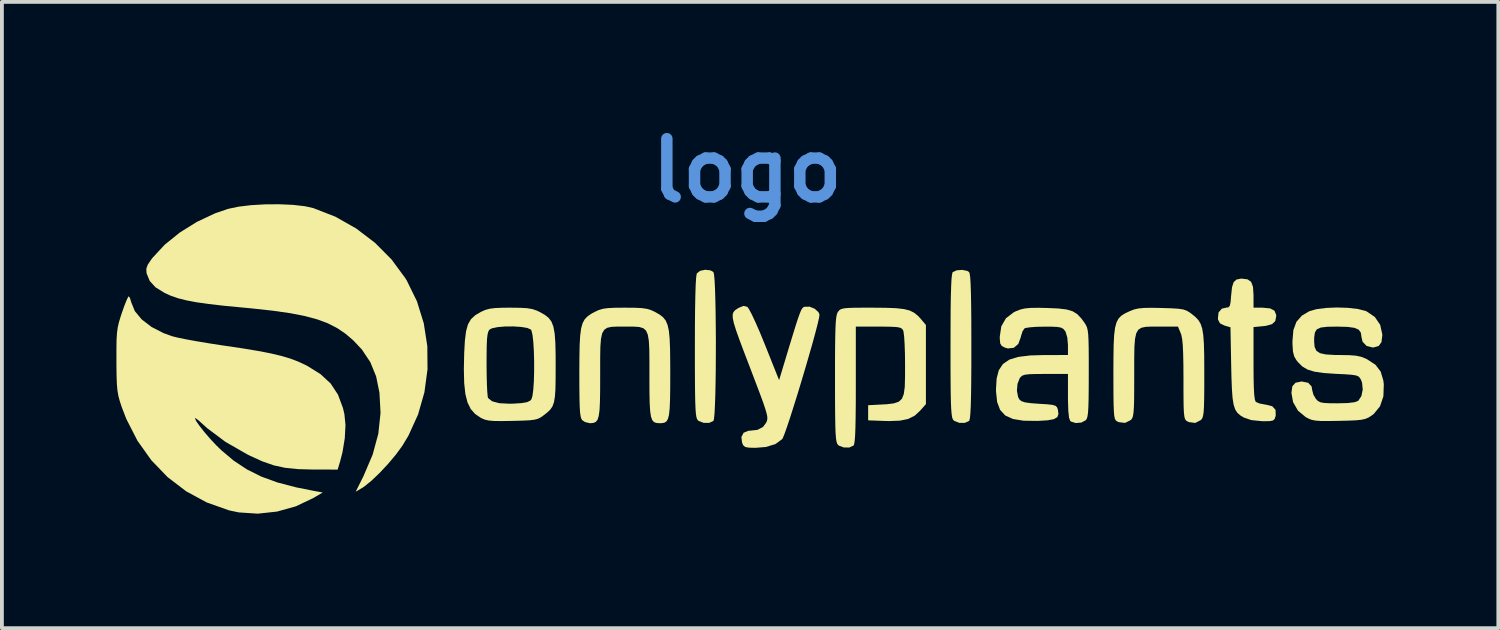
<source format=kicad_pcb>
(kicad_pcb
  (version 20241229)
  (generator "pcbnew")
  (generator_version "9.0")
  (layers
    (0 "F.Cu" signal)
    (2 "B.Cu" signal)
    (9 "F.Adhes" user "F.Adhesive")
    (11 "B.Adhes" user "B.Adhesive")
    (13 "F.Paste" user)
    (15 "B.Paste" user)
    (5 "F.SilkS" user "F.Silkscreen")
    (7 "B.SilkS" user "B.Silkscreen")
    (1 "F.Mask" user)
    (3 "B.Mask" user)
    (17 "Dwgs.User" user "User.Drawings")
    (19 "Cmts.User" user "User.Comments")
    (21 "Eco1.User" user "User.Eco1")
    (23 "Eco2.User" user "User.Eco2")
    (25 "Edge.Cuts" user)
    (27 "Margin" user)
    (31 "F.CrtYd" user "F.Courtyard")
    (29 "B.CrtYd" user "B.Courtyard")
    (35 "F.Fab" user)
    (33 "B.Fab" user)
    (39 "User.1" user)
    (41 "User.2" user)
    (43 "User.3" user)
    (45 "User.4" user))
  (footprint "logo"
    (layer "F.Cu")
    (at 16.74 6.498)
    (property "Reference" "logo" (at -0.217 -5.08 0) (layer "Cmts.User") (effects (font (size 1.524 1.524) (thickness 0.3))))
    (attr board_only exclude_from_pos_files exclude_from_bom)
    (fp_poly (pts (xy -1.181 -2.466) (xy -1.101 -2.421) (xy -1.085 -2.356) (xy -1.071 -2.206) (xy -1.06 -1.983) (xy -1.051 -1.701) (xy -1.044 -1.373) (xy -1.04 -1.013) (xy -1.037 -0.634) (xy -1.038 -0.249) (xy -1.04 0.128) (xy -1.045 0.484) (xy -1.052 0.806) (xy -1.062 1.079) (xy -1.073 1.292) (xy -1.088 1.43) (xy -1.101 1.478) (xy -1.212 1.53) (xy -1.357 1.529) (xy -1.485 1.48) (xy -1.51 1.46) (xy -1.53 1.429) (xy -1.547 1.377) (xy -1.56 1.292) (xy -1.57 1.166) (xy -1.577 0.989) (xy -1.582 0.752) (xy -1.585 0.445) (xy -1.587 0.058) (xy -1.587 -0.418) (xy -1.587 -0.453) (xy -1.586 -0.981) (xy -1.582 -1.431) (xy -1.575 -1.8) (xy -1.566 -2.083) (xy -1.554 -2.277) (xy -1.539 -2.376) (xy -1.536 -2.385) (xy -1.451 -2.453) (xy -1.318 -2.481)) (stroke (width 0) (type solid)) (fill yes) (layer "F.SilkS"))
    (fp_poly (pts (xy 5.546 -2.452) (xy 5.596 -2.421) (xy 5.612 -2.377) (xy 5.626 -2.276) (xy 5.636 -2.111) (xy 5.644 -1.876) (xy 5.65 -1.565) (xy 5.654 -1.17) (xy 5.655 -0.685) (xy 5.655 -0.471) (xy 5.655 0.05) (xy 5.652 0.479) (xy 5.647 0.822) (xy 5.64 1.086) (xy 5.63 1.277) (xy 5.618 1.402) (xy 5.603 1.468) (xy 5.596 1.478) (xy 5.485 1.53) (xy 5.34 1.529) (xy 5.212 1.48) (xy 5.188 1.46) (xy 5.167 1.43) (xy 5.151 1.377) (xy 5.138 1.293) (xy 5.128 1.168) (xy 5.12 0.993) (xy 5.115 0.758) (xy 5.112 0.453) (xy 5.11 0.069) (xy 5.11 -0.402) (xy 5.11 -0.49) (xy 5.111 -1.009) (xy 5.113 -1.435) (xy 5.118 -1.776) (xy 5.126 -2.037) (xy 5.135 -2.226) (xy 5.148 -2.348) (xy 5.163 -2.412) (xy 5.169 -2.421) (xy 5.272 -2.467) (xy 5.414 -2.478)) (stroke (width 0) (type solid)) (fill yes) (layer "F.SilkS"))
    (fp_poly (pts (xy 12.892 -2.23) (xy 12.985 -2.164) (xy 13.033 -2.033) (xy 13.047 -1.823) (xy 13.047 -1.805) (xy 13.047 -1.488) (xy 13.285 -1.488) (xy 13.482 -1.469) (xy 13.597 -1.408) (xy 13.641 -1.297) (xy 13.642 -1.268) (xy 13.617 -1.137) (xy 13.533 -1.057) (xy 13.375 -1.013) (xy 13.301 -1.004) (xy 13.047 -0.98) (xy 13.047 -0.025) (xy 13.049 0.335) (xy 13.055 0.606) (xy 13.066 0.796) (xy 13.082 0.917) (xy 13.104 0.977) (xy 13.11 0.982) (xy 13.198 1.02) (xy 13.335 1.047) (xy 13.365 1.051) (xy 13.537 1.094) (xy 13.624 1.188) (xy 13.629 1.336) (xy 13.624 1.357) (xy 13.599 1.429) (xy 13.555 1.468) (xy 13.464 1.484) (xy 13.302 1.486) (xy 13.282 1.486) (xy 12.99 1.457) (xy 12.797 1.391) (xy 12.698 1.332) (xy 12.623 1.265) (xy 12.566 1.176) (xy 12.526 1.052) (xy 12.498 0.879) (xy 12.481 0.644) (xy 12.469 0.334) (xy 12.462 0.021) (xy 12.443 -0.974) (xy 12.286 -1.02) (xy 12.168 -1.078) (xy 12.118 -1.175) (xy 12.114 -1.206) (xy 12.131 -1.364) (xy 12.218 -1.463) (xy 12.328 -1.488) (xy 12.389 -1.497) (xy 12.426 -1.538) (xy 12.446 -1.632) (xy 12.46 -1.803) (xy 12.461 -1.811) (xy 12.484 -2.025) (xy 12.527 -2.157) (xy 12.602 -2.226) (xy 12.719 -2.249) (xy 12.745 -2.249)) (stroke (width 0) (type solid)) (fill yes) (layer "F.SilkS"))
    (fp_poly (pts (xy -12.107 -4.181) (xy -11.797 -4.145) (xy -11.584 -4.097) (xy -11.006 -3.872) (xy -10.461 -3.564) (xy -9.965 -3.186) (xy -9.531 -2.749) (xy -9.173 -2.262) (xy -9.135 -2.201) (xy -8.868 -1.656) (xy -8.689 -1.079) (xy -8.596 -0.48) (xy -8.591 0.126) (xy -8.672 0.728) (xy -8.839 1.312) (xy -9.092 1.867) (xy -9.256 2.138) (xy -9.423 2.365) (xy -9.625 2.605) (xy -9.843 2.838) (xy -10.055 3.041) (xy -10.242 3.193) (xy -10.316 3.241) (xy -10.473 3.333) (xy -10.272 2.933) (xy -10.029 2.364) (xy -9.879 1.812) (xy -9.823 1.282) (xy -9.823 1.237) (xy -9.85 0.74) (xy -9.937 0.312) (xy -10.089 -0.061) (xy -10.31 -0.392) (xy -10.536 -0.632) (xy -10.74 -0.806) (xy -10.957 -0.953) (xy -11.199 -1.077) (xy -11.477 -1.181) (xy -11.803 -1.269) (xy -12.189 -1.344) (xy -12.646 -1.409) (xy -13.185 -1.468) (xy -13.435 -1.492) (xy -13.92 -1.538) (xy -14.319 -1.584) (xy -14.646 -1.63) (xy -14.912 -1.681) (xy -15.132 -1.737) (xy -15.319 -1.802) (xy -15.476 -1.873) (xy -15.715 -2.021) (xy -15.868 -2.188) (xy -15.949 -2.387) (xy -15.952 -2.406) (xy -15.957 -2.509) (xy -15.919 -2.615) (xy -15.826 -2.753) (xy -15.794 -2.795) (xy -15.474 -3.139) (xy -15.078 -3.458) (xy -14.63 -3.737) (xy -14.153 -3.961) (xy -13.813 -4.077) (xy -13.542 -4.134) (xy -13.209 -4.174) (xy -12.84 -4.195) (xy -12.464 -4.197)) (stroke (width 0) (type solid)) (fill yes) (layer "F.SilkS"))
    (fp_poly (pts (xy -0.217 -1.511) (xy -0.211 -1.508) (xy -0.167 -1.446) (xy -0.094 -1.307) (xy 0.000354 -1.106) (xy 0.11 -0.856) (xy 0.226 -0.573) (xy 0.247 -0.522) (xy 0.619 0.41) (xy 0.76 -0.056) (xy 0.882 -0.461) (xy 0.98 -0.781) (xy 1.056 -1.027) (xy 1.115 -1.208) (xy 1.161 -1.336) (xy 1.196 -1.419) (xy 1.225 -1.469) (xy 1.251 -1.496) (xy 1.278 -1.509) (xy 1.29 -1.513) (xy 1.42 -1.514) (xy 1.554 -1.459) (xy 1.652 -1.368) (xy 1.677 -1.306) (xy 1.667 -1.228) (xy 1.631 -1.07) (xy 1.573 -0.845) (xy 1.498 -0.569) (xy 1.408 -0.255) (xy 1.31 0.084) (xy 1.206 0.432) (xy 1.102 0.775) (xy 1 1.1) (xy 0.907 1.393) (xy 0.825 1.638) (xy 0.759 1.823) (xy 0.714 1.933) (xy 0.701 1.954) (xy 0.526 2.083) (xy 0.275 2.161) (xy 0.000365 2.183) (xy -0.168 2.179) (xy -0.265 2.162) (xy -0.318 2.12) (xy -0.349 2.056) (xy -0.369 1.902) (xy -0.311 1.789) (xy -0.187 1.737) (xy -0.159 1.736) (xy 0.054 1.712) (xy 0.198 1.636) (xy 0.279 1.527) (xy 0.3 1.481) (xy 0.311 1.432) (xy 0.31 1.369) (xy 0.292 1.28) (xy 0.255 1.154) (xy 0.196 0.98) (xy 0.11 0.747) (xy -0.005 0.444) (xy -0.151 0.06) (xy -0.303 -0.336) (xy -0.421 -0.651) (xy -0.508 -0.895) (xy -0.565 -1.078) (xy -0.594 -1.212) (xy -0.597 -1.307) (xy -0.576 -1.373) (xy -0.533 -1.422) (xy -0.47 -1.465) (xy -0.43 -1.488) (xy -0.311 -1.535)) (stroke (width 0) (type solid)) (fill yes) (layer "F.SilkS"))
    (fp_poly (pts (xy 3.41 -1.485) (xy 3.681 -1.475) (xy 3.886 -1.452) (xy 4.039 -1.414) (xy 4.156 -1.356) (xy 4.255 -1.276) (xy 4.331 -1.194) (xy 4.465 -1.034) (xy 4.465 1.038) (xy 4.311 1.213) (xy 4.17 1.342) (xy 4.002 1.426) (xy 3.786 1.471) (xy 3.503 1.482) (xy 3.373 1.479) (xy 2.952 1.463) (xy 2.952 1.067) (xy 3.2 1.054) (xy 3.443 1.041) (xy 3.624 1.019) (xy 3.752 0.976) (xy 3.837 0.898) (xy 3.886 0.773) (xy 3.911 0.587) (xy 3.918 0.326) (xy 3.919 0.018) (xy 3.916 -0.28) (xy 3.907 -0.538) (xy 3.894 -0.739) (xy 3.877 -0.866) (xy 3.868 -0.896) (xy 3.837 -0.937) (xy 3.785 -0.965) (xy 3.694 -0.981) (xy 3.546 -0.989) (xy 3.323 -0.992) (xy 3.223 -0.992) (xy 2.629 -0.992) (xy 2.629 0.536) (xy 2.628 1.004) (xy 2.624 1.381) (xy 2.618 1.672) (xy 2.609 1.886) (xy 2.596 2.028) (xy 2.58 2.106) (xy 2.57 2.123) (xy 2.459 2.175) (xy 2.314 2.174) (xy 2.186 2.125) (xy 2.162 2.105) (xy 2.14 2.073) (xy 2.123 2.018) (xy 2.109 1.929) (xy 2.099 1.798) (xy 2.092 1.613) (xy 2.088 1.364) (xy 2.085 1.042) (xy 2.084 0.636) (xy 2.084 0.38) (xy 2.084 -0.078) (xy 2.086 -0.447) (xy 2.09 -0.737) (xy 2.096 -0.959) (xy 2.105 -1.122) (xy 2.117 -1.237) (xy 2.133 -1.315) (xy 2.152 -1.365) (xy 2.161 -1.378) (xy 2.194 -1.419) (xy 2.236 -1.448) (xy 2.304 -1.468) (xy 2.413 -1.48) (xy 2.579 -1.486) (xy 2.816 -1.488) (xy 3.055 -1.488)) (stroke (width 0) (type solid)) (fill yes) (layer "F.SilkS"))
    (fp_poly (pts (xy -3.162 -1.486) (xy -2.977 -1.477) (xy -2.842 -1.457) (xy -2.733 -1.424) (xy -2.63 -1.375) (xy -2.513 -1.309) (xy -2.422 -1.239) (xy -2.353 -1.153) (xy -2.303 -1.039) (xy -2.269 -0.884) (xy -2.248 -0.676) (xy -2.237 -0.401) (xy -2.233 -0.048) (xy -2.232 0.231) (xy -2.233 0.625) (xy -2.238 0.931) (xy -2.248 1.159) (xy -2.266 1.322) (xy -2.294 1.43) (xy -2.335 1.495) (xy -2.391 1.527) (xy -2.464 1.537) (xy -2.505 1.538) (xy -2.59 1.533) (xy -2.655 1.511) (xy -2.703 1.459) (xy -2.736 1.368) (xy -2.758 1.224) (xy -2.771 1.018) (xy -2.777 0.737) (xy -2.778 0.369) (xy -2.778 0.305) (xy -2.778 -0.087) (xy -2.781 -0.391) (xy -2.793 -0.618) (xy -2.82 -0.78) (xy -2.866 -0.887) (xy -2.938 -0.95) (xy -3.042 -0.982) (xy -3.181 -0.992) (xy -3.363 -0.992) (xy -3.423 -0.992) (xy -3.618 -0.993) (xy -3.769 -0.986) (xy -3.882 -0.962) (xy -3.962 -0.908) (xy -4.016 -0.815) (xy -4.047 -0.67) (xy -4.063 -0.462) (xy -4.068 -0.181) (xy -4.068 0.185) (xy -4.068 0.305) (xy -4.069 0.686) (xy -4.074 0.98) (xy -4.085 1.197) (xy -4.106 1.349) (xy -4.137 1.448) (xy -4.183 1.505) (xy -4.245 1.531) (xy -4.327 1.538) (xy -4.341 1.538) (xy -4.468 1.506) (xy -4.536 1.46) (xy -4.561 1.422) (xy -4.58 1.357) (xy -4.595 1.254) (xy -4.604 1.1) (xy -4.61 0.882) (xy -4.613 0.589) (xy -4.614 0.231) (xy -4.612 -0.18) (xy -4.606 -0.504) (xy -4.592 -0.754) (xy -4.567 -0.943) (xy -4.528 -1.083) (xy -4.472 -1.185) (xy -4.395 -1.264) (xy -4.296 -1.332) (xy -4.216 -1.375) (xy -4.11 -1.425) (xy -4.001 -1.458) (xy -3.865 -1.477) (xy -3.678 -1.486) (xy -3.423 -1.488)) (stroke (width 0) (type solid)) (fill yes) (layer "F.SilkS"))
    (fp_poly (pts (xy 10.637 -1.48) (xy 10.894 -1.472) (xy 11.074 -1.461) (xy 11.198 -1.443) (xy 11.289 -1.413) (xy 11.367 -1.368) (xy 11.432 -1.321) (xy 11.53 -1.24) (xy 11.606 -1.158) (xy 11.663 -1.061) (xy 11.704 -0.935) (xy 11.731 -0.767) (xy 11.747 -0.545) (xy 11.755 -0.254) (xy 11.757 0.118) (xy 11.757 0.264) (xy 11.757 0.626) (xy 11.754 0.902) (xy 11.749 1.105) (xy 11.74 1.248) (xy 11.726 1.343) (xy 11.706 1.404) (xy 11.68 1.443) (xy 11.667 1.456) (xy 11.521 1.531) (xy 11.358 1.51) (xy 11.308 1.487) (xy 11.276 1.464) (xy 11.252 1.426) (xy 11.235 1.361) (xy 11.223 1.254) (xy 11.216 1.093) (xy 11.213 0.864) (xy 11.212 0.555) (xy 11.212 0.394) (xy 11.21 0.012) (xy 11.204 -0.284) (xy 11.194 -0.505) (xy 11.178 -0.664) (xy 11.156 -0.775) (xy 11.14 -0.82) (xy 11.068 -0.992) (xy 10.572 -0.992) (xy 10.375 -0.993) (xy 10.223 -0.986) (xy 10.109 -0.962) (xy 10.028 -0.909) (xy 9.974 -0.815) (xy 9.943 -0.67) (xy 9.927 -0.463) (xy 9.922 -0.181) (xy 9.922 0.185) (xy 9.922 0.301) (xy 9.921 0.657) (xy 9.919 0.927) (xy 9.913 1.124) (xy 9.903 1.261) (xy 9.889 1.352) (xy 9.868 1.41) (xy 9.84 1.448) (xy 9.831 1.456) (xy 9.683 1.53) (xy 9.517 1.511) (xy 9.463 1.484) (xy 9.436 1.461) (xy 9.415 1.419) (xy 9.399 1.345) (xy 9.389 1.229) (xy 9.382 1.058) (xy 9.378 0.82) (xy 9.377 0.503) (xy 9.376 0.233) (xy 9.378 -0.184) (xy 9.383 -0.514) (xy 9.396 -0.769) (xy 9.42 -0.961) (xy 9.458 -1.102) (xy 9.512 -1.204) (xy 9.587 -1.28) (xy 9.685 -1.341) (xy 9.803 -1.396) (xy 9.914 -1.44) (xy 10.03 -1.467) (xy 10.175 -1.481) (xy 10.371 -1.485)) (stroke (width 0) (type solid)) (fill yes) (layer "F.SilkS"))
    (fp_poly (pts (xy -16.386 -1.743) (xy -16.354 -1.639) (xy -16.352 -1.629) (xy -16.258 -1.398) (xy -16.077 -1.18) (xy -15.822 -0.984) (xy -15.505 -0.821) (xy -15.287 -0.742) (xy -15.141 -0.705) (xy -14.917 -0.659) (xy -14.636 -0.608) (xy -14.318 -0.555) (xy -13.984 -0.503) (xy -13.923 -0.494) (xy -13.435 -0.422) (xy -13.033 -0.355) (xy -12.701 -0.291) (xy -12.426 -0.226) (xy -12.193 -0.157) (xy -11.988 -0.08) (xy -11.798 0.008) (xy -11.744 0.035) (xy -11.393 0.253) (xy -11.128 0.499) (xy -10.937 0.789) (xy -10.806 1.14) (xy -10.768 1.3) (xy -10.74 1.587) (xy -10.758 1.93) (xy -10.818 2.298) (xy -10.878 2.53) (xy -10.944 2.753) (xy -11.586 2.752) (xy -11.986 2.741) (xy -12.32 2.707) (xy -12.619 2.642) (xy -12.917 2.538) (xy -13.244 2.389) (xy -13.32 2.351) (xy -13.884 2.027) (xy -14.362 1.669) (xy -14.498 1.546) (xy -14.602 1.453) (xy -14.67 1.406) (xy -14.684 1.406) (xy -14.652 1.481) (xy -14.565 1.607) (xy -14.439 1.767) (xy -14.289 1.942) (xy -14.13 2.112) (xy -13.996 2.243) (xy -13.668 2.519) (xy -13.324 2.747) (xy -12.949 2.935) (xy -12.524 3.09) (xy -12.031 3.219) (xy -11.559 3.313) (xy -11.336 3.353) (xy -11.578 3.496) (xy -12.039 3.715) (xy -12.532 3.853) (xy -13.037 3.908) (xy -13.533 3.875) (xy -13.791 3.821) (xy -14.375 3.614) (xy -14.913 3.322) (xy -15.399 2.951) (xy -15.827 2.507) (xy -16.19 1.996) (xy -16.482 1.425) (xy -16.601 1.116) (xy -16.652 0.96) (xy -16.689 0.823) (xy -16.713 0.683) (xy -16.728 0.519) (xy -16.736 0.307) (xy -16.74 0.027) (xy -16.74 -0.099) (xy -16.74 -0.408) (xy -16.737 -0.64) (xy -16.726 -0.818) (xy -16.707 -0.965) (xy -16.676 -1.102) (xy -16.631 -1.252) (xy -16.598 -1.352) (xy -16.531 -1.541) (xy -16.472 -1.689) (xy -16.43 -1.774) (xy -16.418 -1.786)) (stroke (width 0) (type solid)) (fill yes) (layer "F.SilkS"))
    (fp_poly (pts (xy -6.168 -1.485) (xy -5.984 -1.475) (xy -5.848 -1.452) (xy -5.734 -1.414) (xy -5.655 -1.377) (xy -5.521 -1.302) (xy -5.419 -1.222) (xy -5.344 -1.123) (xy -5.293 -0.99) (xy -5.26 -0.81) (xy -5.242 -0.569) (xy -5.235 -0.252) (xy -5.234 0.025) (xy -5.235 0.377) (xy -5.24 0.646) (xy -5.254 0.846) (xy -5.279 0.992) (xy -5.319 1.1) (xy -5.377 1.184) (xy -5.459 1.261) (xy -5.54 1.325) (xy -5.619 1.382) (xy -5.695 1.421) (xy -5.789 1.446) (xy -5.92 1.462) (xy -6.11 1.471) (xy -6.371 1.478) (xy -6.647 1.482) (xy -6.845 1.48) (xy -6.986 1.468) (xy -7.089 1.445) (xy -7.175 1.408) (xy -7.193 1.399) (xy -7.343 1.297) (xy -7.458 1.168) (xy -7.542 0.997) (xy -7.599 0.775) (xy -7.63 0.489) (xy -7.639 0.128) (xy -7.636 -0.009) (xy -7.044 -0.009) (xy -7.041 0.271) (xy -7.035 0.517) (xy -7.026 0.713) (xy -7.014 0.84) (xy -7.005 0.878) (xy -6.899 0.964) (xy -6.713 1.014) (xy -6.439 1.028) (xy -6.33 1.025) (xy -6.118 1.011) (xy -5.983 0.987) (xy -5.903 0.949) (xy -5.871 0.916) (xy -5.842 0.826) (xy -5.82 0.66) (xy -5.805 0.438) (xy -5.798 0.182) (xy -5.798 -0.087) (xy -5.805 -0.35) (xy -5.819 -0.585) (xy -5.84 -0.771) (xy -5.868 -0.889) (xy -5.882 -0.914) (xy -5.976 -0.957) (xy -6.139 -0.984) (xy -6.342 -0.997) (xy -6.557 -0.996) (xy -6.753 -0.979) (xy -6.902 -0.948) (xy -6.967 -0.914) (xy -6.996 -0.869) (xy -7.017 -0.793) (xy -7.032 -0.671) (xy -7.04 -0.489) (xy -7.043 -0.233) (xy -7.044 -0.009) (xy -7.636 -0.009) (xy -7.63 -0.297) (xy -7.612 -0.625) (xy -7.581 -0.872) (xy -7.53 -1.054) (xy -7.452 -1.187) (xy -7.341 -1.29) (xy -7.194 -1.377) (xy -7.08 -1.428) (xy -6.961 -1.461) (xy -6.813 -1.479) (xy -6.609 -1.487) (xy -6.424 -1.488)) (stroke (width 0) (type solid)) (fill yes) (layer "F.SilkS"))
    (fp_poly (pts (xy 7.64 -1.48) (xy 7.934 -1.467) (xy 8.15 -1.441) (xy 8.309 -1.394) (xy 8.431 -1.318) (xy 8.538 -1.204) (xy 8.62 -1.092) (xy 8.655 -1.036) (xy 8.682 -0.977) (xy 8.702 -0.901) (xy 8.716 -0.795) (xy 8.724 -0.645) (xy 8.729 -0.437) (xy 8.731 -0.158) (xy 8.731 0.206) (xy 8.731 0.227) (xy 8.73 0.603) (xy 8.727 0.893) (xy 8.721 1.107) (xy 8.712 1.259) (xy 8.697 1.361) (xy 8.678 1.424) (xy 8.653 1.46) (xy 8.537 1.521) (xy 8.392 1.534) (xy 8.267 1.496) (xy 8.245 1.478) (xy 8.214 1.393) (xy 8.195 1.21) (xy 8.186 0.929) (xy 8.186 0.833) (xy 8.186 0.248) (xy 7.593 0.248) (xy 7.341 0.249) (xy 7.168 0.255) (xy 7.058 0.268) (xy 6.99 0.292) (xy 6.946 0.329) (xy 6.923 0.358) (xy 6.864 0.507) (xy 6.849 0.688) (xy 6.88 0.853) (xy 6.912 0.914) (xy 6.965 0.96) (xy 7.06 0.992) (xy 7.215 1.014) (xy 7.433 1.03) (xy 7.648 1.043) (xy 7.784 1.059) (xy 7.861 1.083) (xy 7.9 1.121) (xy 7.921 1.179) (xy 7.921 1.18) (xy 7.937 1.299) (xy 7.907 1.38) (xy 7.818 1.432) (xy 7.656 1.462) (xy 7.41 1.477) (xy 7.387 1.478) (xy 7.024 1.473) (xy 6.747 1.428) (xy 6.544 1.336) (xy 6.409 1.19) (xy 6.331 0.984) (xy 6.302 0.711) (xy 6.301 0.645) (xy 6.318 0.366) (xy 6.375 0.149) (xy 6.483 -0.013) (xy 6.65 -0.127) (xy 6.886 -0.199) (xy 7.2 -0.237) (xy 7.553 -0.247) (xy 8.186 -0.248) (xy 8.186 -0.51) (xy 8.169 -0.707) (xy 8.124 -0.855) (xy 8.108 -0.882) (xy 8.063 -0.934) (xy 8.001 -0.967) (xy 7.901 -0.984) (xy 7.741 -0.991) (xy 7.575 -0.991) (xy 7.366 -0.987) (xy 7.19 -0.974) (xy 7.075 -0.956) (xy 7.05 -0.947) (xy 6.998 -0.873) (xy 6.956 -0.744) (xy 6.95 -0.714) (xy 6.885 -0.538) (xy 6.767 -0.437) (xy 6.612 -0.42) (xy 6.536 -0.441) (xy 6.453 -0.484) (xy 6.412 -0.55) (xy 6.4 -0.672) (xy 6.4 -0.731) (xy 6.44 -0.999) (xy 6.562 -1.211) (xy 6.766 -1.367) (xy 6.827 -1.397) (xy 6.94 -1.44) (xy 7.059 -1.468) (xy 7.206 -1.482) (xy 7.407 -1.485)) (stroke (width 0) (type solid)) (fill yes) (layer "F.SilkS"))
    (fp_poly (pts (xy 15.519 -1.484) (xy 15.78 -1.454) (xy 15.982 -1.403) (xy 16.01 -1.391) (xy 16.225 -1.244) (xy 16.365 -1.039) (xy 16.42 -0.792) (xy 16.421 -0.766) (xy 16.399 -0.586) (xy 16.326 -0.484) (xy 16.193 -0.447) (xy 16.166 -0.446) (xy 16.008 -0.487) (xy 15.904 -0.596) (xy 15.875 -0.719) (xy 15.859 -0.833) (xy 15.803 -0.911) (xy 15.691 -0.96) (xy 15.51 -0.985) (xy 15.246 -0.992) (xy 15.228 -0.992) (xy 14.977 -0.988) (xy 14.809 -0.968) (xy 14.707 -0.922) (xy 14.655 -0.84) (xy 14.637 -0.71) (xy 14.635 -0.606) (xy 14.647 -0.461) (xy 14.692 -0.361) (xy 14.786 -0.297) (xy 14.942 -0.263) (xy 15.176 -0.249) (xy 15.31 -0.248) (xy 15.557 -0.244) (xy 15.734 -0.23) (xy 15.868 -0.201) (xy 15.99 -0.153) (xy 16.023 -0.136) (xy 16.242 0.008) (xy 16.378 0.186) (xy 16.448 0.421) (xy 16.46 0.52) (xy 16.449 0.835) (xy 16.36 1.096) (xy 16.197 1.296) (xy 16.139 1.339) (xy 16.059 1.39) (xy 15.976 1.425) (xy 15.873 1.448) (xy 15.727 1.463) (xy 15.52 1.471) (xy 15.284 1.477) (xy 15.008 1.481) (xy 14.811 1.48) (xy 14.672 1.47) (xy 14.57 1.45) (xy 14.485 1.416) (xy 14.412 1.377) (xy 14.212 1.21) (xy 14.083 0.986) (xy 14.04 0.742) (xy 14.064 0.572) (xy 14.147 0.478) (xy 14.299 0.447) (xy 14.312 0.446) (xy 14.478 0.479) (xy 14.568 0.574) (xy 14.585 0.674) (xy 14.616 0.792) (xy 14.68 0.9) (xy 14.732 0.955) (xy 14.796 0.989) (xy 14.894 1.008) (xy 15.049 1.016) (xy 15.243 1.017) (xy 15.516 1.01) (xy 15.697 0.988) (xy 15.792 0.95) (xy 15.873 0.827) (xy 15.908 0.655) (xy 15.891 0.478) (xy 15.867 0.413) (xy 15.836 0.354) (xy 15.797 0.314) (xy 15.733 0.287) (xy 15.625 0.27) (xy 15.455 0.257) (xy 15.204 0.245) (xy 15.2 0.245) (xy 14.881 0.223) (xy 14.641 0.188) (xy 14.462 0.133) (xy 14.325 0.052) (xy 14.21 -0.063) (xy 14.17 -0.113) (xy 14.112 -0.214) (xy 14.08 -0.342) (xy 14.068 -0.525) (xy 14.067 -0.611) (xy 14.091 -0.9) (xy 14.171 -1.118) (xy 14.314 -1.28) (xy 14.506 -1.394) (xy 14.692 -1.448) (xy 14.944 -1.481) (xy 15.23 -1.493)) (stroke (width 0) (type solid)) (fill yes) (layer "F.SilkS")))
  (gr_rect
    (start -3 -3)
    (end 36.2 13.406)
    (stroke (width 0.1) (type default))
    (fill no)
    (layer "Edge.Cuts")))
</source>
